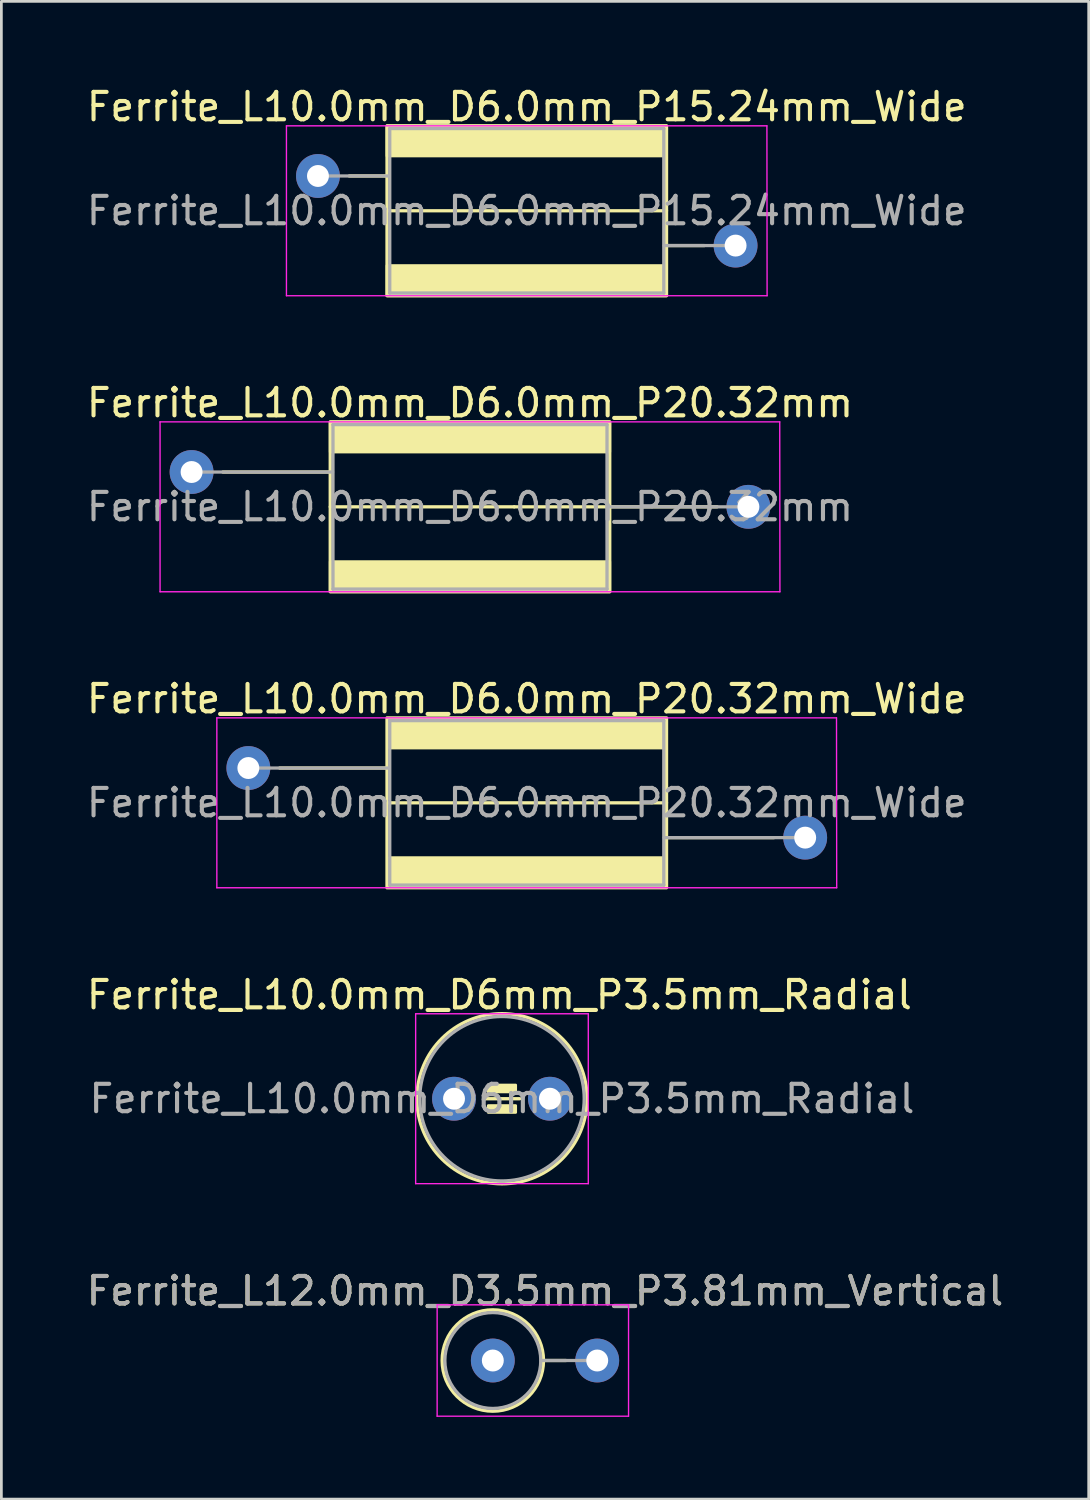
<source format=kicad_pcb>
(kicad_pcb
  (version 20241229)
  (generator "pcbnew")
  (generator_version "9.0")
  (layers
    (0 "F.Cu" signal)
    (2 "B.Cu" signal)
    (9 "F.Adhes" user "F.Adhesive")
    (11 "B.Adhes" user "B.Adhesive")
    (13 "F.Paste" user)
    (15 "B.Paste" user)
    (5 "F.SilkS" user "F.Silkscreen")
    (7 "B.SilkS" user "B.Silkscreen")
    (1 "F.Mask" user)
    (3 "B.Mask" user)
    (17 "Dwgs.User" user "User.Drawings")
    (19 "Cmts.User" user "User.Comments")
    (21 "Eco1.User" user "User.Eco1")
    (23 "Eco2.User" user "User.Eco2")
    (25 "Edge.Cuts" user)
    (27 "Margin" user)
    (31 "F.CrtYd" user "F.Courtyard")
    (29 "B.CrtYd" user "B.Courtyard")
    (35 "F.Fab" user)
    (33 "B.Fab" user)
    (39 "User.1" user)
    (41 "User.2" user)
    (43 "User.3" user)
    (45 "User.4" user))
  (footprint "Ferrite_L10.0mm_D6.0mm_P20.32mm_Wide"
    (layer "F.Cu")
    (at 6.013 24.977)
    (property "Reference" "Ferrite_L10.0mm_D6.0mm_P20.32mm_Wide" (at 10.16 -2.524 0) (layer "F.SilkS") (effects (font (size 1 1) (thickness 0.15))))
    (fp_line (start 1.143 0) (end 5.06 0) (stroke (width 0.12) (type solid)) (layer "F.SilkS"))
    (fp_line (start 11.774 1.27) (end 5.06 1.27) (stroke (width 0.12) (type solid)) (layer "F.SilkS"))
    (fp_line (start 11.774 1.27) (end 15.26 1.27) (stroke (width 0.12) (type solid)) (layer "F.SilkS"))
    (fp_line (start 19.177 2.54) (end 15.26 2.54) (stroke (width 0.12) (type solid)) (layer "F.SilkS"))
    (fp_rect (start 5.06 -1.83) (end 15.26 4.37) (stroke (width 0.12) (type solid)) (fill no) (layer "F.SilkS"))
    (fp_poly (pts (xy 15.16 -0.73) (xy 5.16 -0.73) (xy 5.16 -1.73) (xy 15.16 -1.73)) (stroke (width 0.1) (type solid)) (fill yes) (layer "F.SilkS"))
    (fp_poly (pts (xy 15.16 4.27) (xy 5.16 4.27) (xy 5.16 3.27) (xy 15.16 3.27)) (stroke (width 0.1) (type solid)) (fill yes) (layer "F.SilkS"))
    (fp_line (start -1.15 -1.83) (end 21.463 -1.83) (stroke (width 0.05) (type solid)) (layer "F.CrtYd"))
    (fp_line (start -1.15 4.37) (end -1.15 -1.83) (stroke (width 0.05) (type solid)) (layer "F.CrtYd"))
    (fp_line (start 21.463 -1.83) (end 21.47 4.37) (stroke (width 0.05) (type solid)) (layer "F.CrtYd"))
    (fp_line (start 21.47 4.37) (end -1.15 4.37) (stroke (width 0.05) (type solid)) (layer "F.CrtYd"))
    (fp_line (start 0 0) (end 5.144 0) (stroke (width 0.12) (type solid)) (layer "F.Fab"))
    (fp_line (start 5.16 -1.73) (end 5.16 4.27) (stroke (width 0.12) (type solid)) (layer "F.Fab"))
    (fp_line (start 15.16 -1.73) (end 5.16 -1.73) (stroke (width 0.12) (type solid)) (layer "F.Fab"))
    (fp_line (start 15.16 -1.73) (end 15.16 4.27) (stroke (width 0.12) (type solid)) (layer "F.Fab"))
    (fp_line (start 15.16 4.27) (end 5.16 4.27) (stroke (width 0.12) (type solid)) (layer "F.Fab"))
    (fp_line (start 20.32 2.54) (end 15.177 2.54) (stroke (width 0.12) (type solid)) (layer "F.Fab"))
    (fp_text user "${REFERENCE}" (at 10.16 1.27 0) (layer "F.Fab") (effects (font (size 1 1) (thickness 0.15))))
    (pad "1" thru_hole circle (at 0 0) (size 1.6 1.6) (drill 0.8) (layers "*.Cu" "*.Mask"))
    (pad "2" thru_hole circle (at 20.32 2.54) (size 1.6 1.6) (drill 0.8) (layers "*.Cu" "*.Mask")))
  (footprint "Ferrite_L10.0mm_D6.0mm_P20.32mm"
    (layer "F.Cu")
    (at 3.941 14.175)
    (property "Reference" "Ferrite_L10.0mm_D6.0mm_P20.32mm" (at 10.16 -2.524 0) (layer "F.SilkS") (effects (font (size 1 1) (thickness 0.15))))
    (fp_line (start 1.143 0) (end 5.06 0) (stroke (width 0.12) (type solid)) (layer "F.SilkS"))
    (fp_line (start 11.774 1.27) (end 5.06 1.27) (stroke (width 0.12) (type solid)) (layer "F.SilkS"))
    (fp_line (start 11.774 1.27) (end 15.113 1.27) (stroke (width 0.12) (type solid)) (layer "F.SilkS"))
    (fp_line (start 19.177 1.27) (end 15.177 1.27) (stroke (width 0.12) (type solid)) (layer "F.SilkS"))
    (fp_rect (start 5.06 -1.83) (end 15.26 4.37) (stroke (width 0.12) (type solid)) (fill no) (layer "F.SilkS"))
    (fp_poly (pts (xy 15.26 -0.73) (xy 5.06 -0.73) (xy 5.06 -1.83) (xy 15.26 -1.83)) (stroke (width 0.1) (type solid)) (fill yes) (layer "F.SilkS"))
    (fp_poly (pts (xy 15.26 4.37) (xy 5.06 4.37) (xy 5.06 3.27) (xy 15.26 3.27)) (stroke (width 0.1) (type solid)) (fill yes) (layer "F.SilkS"))
    (fp_line (start -1.15 -1.83) (end 21.463 -1.83) (stroke (width 0.05) (type solid)) (layer "F.CrtYd"))
    (fp_line (start -1.15 4.37) (end -1.15 -1.83) (stroke (width 0.05) (type solid)) (layer "F.CrtYd"))
    (fp_line (start 21.463 -1.83) (end 21.47 4.37) (stroke (width 0.05) (type solid)) (layer "F.CrtYd"))
    (fp_line (start 21.47 4.37) (end -1.15 4.37) (stroke (width 0.05) (type solid)) (layer "F.CrtYd"))
    (fp_line (start 0 0) (end 5.144 0) (stroke (width 0.12) (type solid)) (layer "F.Fab"))
    (fp_line (start 5.16 -1.73) (end 5.16 4.27) (stroke (width 0.12) (type solid)) (layer "F.Fab"))
    (fp_line (start 15.16 -1.73) (end 5.16 -1.73) (stroke (width 0.12) (type solid)) (layer "F.Fab"))
    (fp_line (start 15.16 -1.73) (end 15.16 4.27) (stroke (width 0.12) (type solid)) (layer "F.Fab"))
    (fp_line (start 15.16 4.27) (end 5.16 4.27) (stroke (width 0.12) (type solid)) (layer "F.Fab"))
    (fp_line (start 20.32 1.27) (end 15.177 1.27) (stroke (width 0.12) (type solid)) (layer "F.Fab"))
    (fp_text user "${REFERENCE}" (at 10.16 1.27 0) (layer "F.Fab") (effects (font (size 1 1) (thickness 0.15))))
    (pad "1" thru_hole circle (at 0 0) (size 1.6 1.6) (drill 0.8) (layers "*.Cu" "*.Mask"))
    (pad "2" thru_hole circle (at 20.32 1.27) (size 1.6 1.6) (drill 0.8) (layers "*.Cu" "*.Mask")))
  (footprint "Ferrite_L10.0mm_D6mm_P3.5mm_Radial"
    (layer "F.Cu")
    (at 13.518 37.045)
    (property "Reference" "Ferrite_L10.0mm_D6mm_P3.5mm_Radial" (at 1.655 -3.79 0) (layer "F.SilkS") (effects (font (size 1 1) (thickness 0.15))))
    (fp_line (start 1.1 0) (end 2.4 0) (stroke (width 0.12) (type solid)) (layer "F.SilkS"))
    (fp_circle (center 1.75 0) (end 4.855 0) (stroke (width 0.12) (type solid)) (fill no) (layer "F.SilkS"))
    (fp_poly (pts (xy 2.25 -0.25) (xy 1.25 -0.25) (xy 1.25 -0.5) (xy 2.25 -0.5)) (stroke (width 0.1) (type solid)) (fill yes) (layer "F.SilkS"))
    (fp_poly (pts (xy 2.25 0.5) (xy 1.25 0.5) (xy 1.25 0.25) (xy 2.25 0.25)) (stroke (width 0.1) (type solid)) (fill yes) (layer "F.SilkS"))
    (fp_line (start -1.4 -3.1) (end 4.9 -3.1) (stroke (width 0.05) (type solid)) (layer "F.CrtYd"))
    (fp_line (start -1.4 3.1) (end -1.4 -3.1) (stroke (width 0.05) (type solid)) (layer "F.CrtYd"))
    (fp_line (start 4.9 -3.1) (end 4.9 3.1) (stroke (width 0.05) (type solid)) (layer "F.CrtYd"))
    (fp_line (start 4.9 3.1) (end -1.4 3.1) (stroke (width 0.05) (type solid)) (layer "F.CrtYd"))
    (fp_circle (center 1.75 0) (end 4.75 0) (stroke (width 0.12) (type solid)) (fill no) (layer "F.Fab"))
    (fp_text user "${REFERENCE}" (at 1.75 0 0) (layer "F.Fab") (effects (font (size 1 1) (thickness 0.15))))
    (pad "1" thru_hole circle (at 0 0) (size 1.6 1.6) (drill 0.8) (layers "*.Cu" "*.Mask"))
    (pad "2" thru_hole circle (at 3.5 0) (size 1.6 1.6) (drill 0.8) (layers "*.Cu" "*.Mask")))
  (footprint "Ferrite_L10.0mm_D6.0mm_P15.24mm_Wide"
    (layer "F.Cu")
    (at 8.553 3.372)
    (property "Reference" "Ferrite_L10.0mm_D6.0mm_P15.24mm_Wide" (at 7.62 -2.524 0) (layer "F.SilkS") (effects (font (size 1 1) (thickness 0.15))))
    (fp_line (start 1.143 0) (end 2.52 0) (stroke (width 0.12) (type solid)) (layer "F.SilkS"))
    (fp_line (start 9.234 1.27) (end 2.52 1.27) (stroke (width 0.12) (type solid)) (layer "F.SilkS"))
    (fp_line (start 9.234 1.27) (end 12.72 1.27) (stroke (width 0.12) (type solid)) (layer "F.SilkS"))
    (fp_line (start 14.097 2.54) (end 12.72 2.54) (stroke (width 0.12) (type solid)) (layer "F.SilkS"))
    (fp_rect (start 2.52 -1.83) (end 12.72 4.37) (stroke (width 0.12) (type solid)) (fill no) (layer "F.SilkS"))
    (fp_poly (pts (xy 12.72 -0.73) (xy 2.52 -0.73) (xy 2.52 -1.83) (xy 12.72 -1.83)) (stroke (width 0.1) (type solid)) (fill yes) (layer "F.SilkS"))
    (fp_poly (pts (xy 12.72 4.37) (xy 2.52 4.37) (xy 2.52 3.27) (xy 12.72 3.27)) (stroke (width 0.1) (type solid)) (fill yes) (layer "F.SilkS"))
    (fp_line (start -1.15 -1.83) (end 16.383 -1.83) (stroke (width 0.05) (type solid)) (layer "F.CrtYd"))
    (fp_line (start -1.15 4.37) (end -1.15 -1.83) (stroke (width 0.05) (type solid)) (layer "F.CrtYd"))
    (fp_line (start 16.383 -1.83) (end 16.39 4.37) (stroke (width 0.05) (type solid)) (layer "F.CrtYd"))
    (fp_line (start 16.39 4.37) (end -1.15 4.37) (stroke (width 0.05) (type solid)) (layer "F.CrtYd"))
    (fp_line (start 0 0) (end 2.603 0) (stroke (width 0.12) (type solid)) (layer "F.Fab"))
    (fp_line (start 2.62 -1.73) (end 2.62 4.27) (stroke (width 0.12) (type solid)) (layer "F.Fab"))
    (fp_line (start 12.62 -1.73) (end 2.62 -1.73) (stroke (width 0.12) (type solid)) (layer "F.Fab"))
    (fp_line (start 12.62 -1.73) (end 12.62 4.27) (stroke (width 0.12) (type solid)) (layer "F.Fab"))
    (fp_line (start 12.62 4.27) (end 2.62 4.27) (stroke (width 0.12) (type solid)) (layer "F.Fab"))
    (fp_line (start 15.24 2.54) (end 12.636 2.54) (stroke (width 0.12) (type solid)) (layer "F.Fab"))
    (fp_text user "${REFERENCE}" (at 7.62 1.27 0) (layer "F.Fab") (effects (font (size 1 1) (thickness 0.15))))
    (pad "1" thru_hole circle (at 0 0) (size 1.6 1.6) (drill 0.8) (layers "*.Cu" "*.Mask"))
    (pad "2" thru_hole circle (at 15.24 2.54) (size 1.6 1.6) (drill 0.8) (layers "*.Cu" "*.Mask")))
  (footprint "Ferrite_L12.0mm_D3.5mm_P3.81mm_Vertical"
    (layer "F.Cu")
    (at 14.934 46.598)
    (property "Reference" "Ferrite_L12.0mm_D3.5mm_P3.81mm_Vertical" (at 1.905 -2.54 0) (layer "F.SilkS") (effects (font (size 1 1) (thickness 0.15))))
    (fp_line (start 1.85 0) (end 2.667 0) (stroke (width 0.12) (type solid)) (layer "F.SilkS"))
    (fp_circle (center 0 0) (end 0 -1.85) (stroke (width 0.12) (type solid)) (fill no) (layer "F.SilkS"))
    (fp_line (start -2.032 -2.032) (end 4.953 -2.032) (stroke (width 0.05) (type solid)) (layer "F.CrtYd"))
    (fp_line (start -2.032 2.032) (end -2.032 -2.032) (stroke (width 0.05) (type solid)) (layer "F.CrtYd"))
    (fp_line (start 4.953 -2.032) (end 4.953 2.032) (stroke (width 0.05) (type solid)) (layer "F.CrtYd"))
    (fp_line (start 4.953 2.032) (end -2.032 2.032) (stroke (width 0.05) (type solid)) (layer "F.CrtYd"))
    (fp_line (start 1.75 0) (end 3.81 0) (stroke (width 0.12) (type solid)) (layer "F.Fab"))
    (fp_circle (center 0 0) (end 0 -1.75) (stroke (width 0.12) (type solid)) (fill no) (layer "F.Fab"))
    (fp_text user "${REFERENCE}" (at 1.905 -2.539 0) (layer "F.Fab") (effects (font (size 1 1) (thickness 0.15))))
    (pad "1" thru_hole circle (at 0 0) (size 1.6 1.6) (drill 0.8) (layers "*.Cu" "*.Mask"))
    (pad "2" thru_hole circle (at 3.81 0) (size 1.6 1.6) (drill 0.8) (layers "*.Cu" "*.Mask")))
  (gr_rect
    (start -3 -3)
    (end 36.679 51.655)
    (stroke (width 0.1) (type default))
    (fill no)
    (layer "Edge.Cuts")))
</source>
